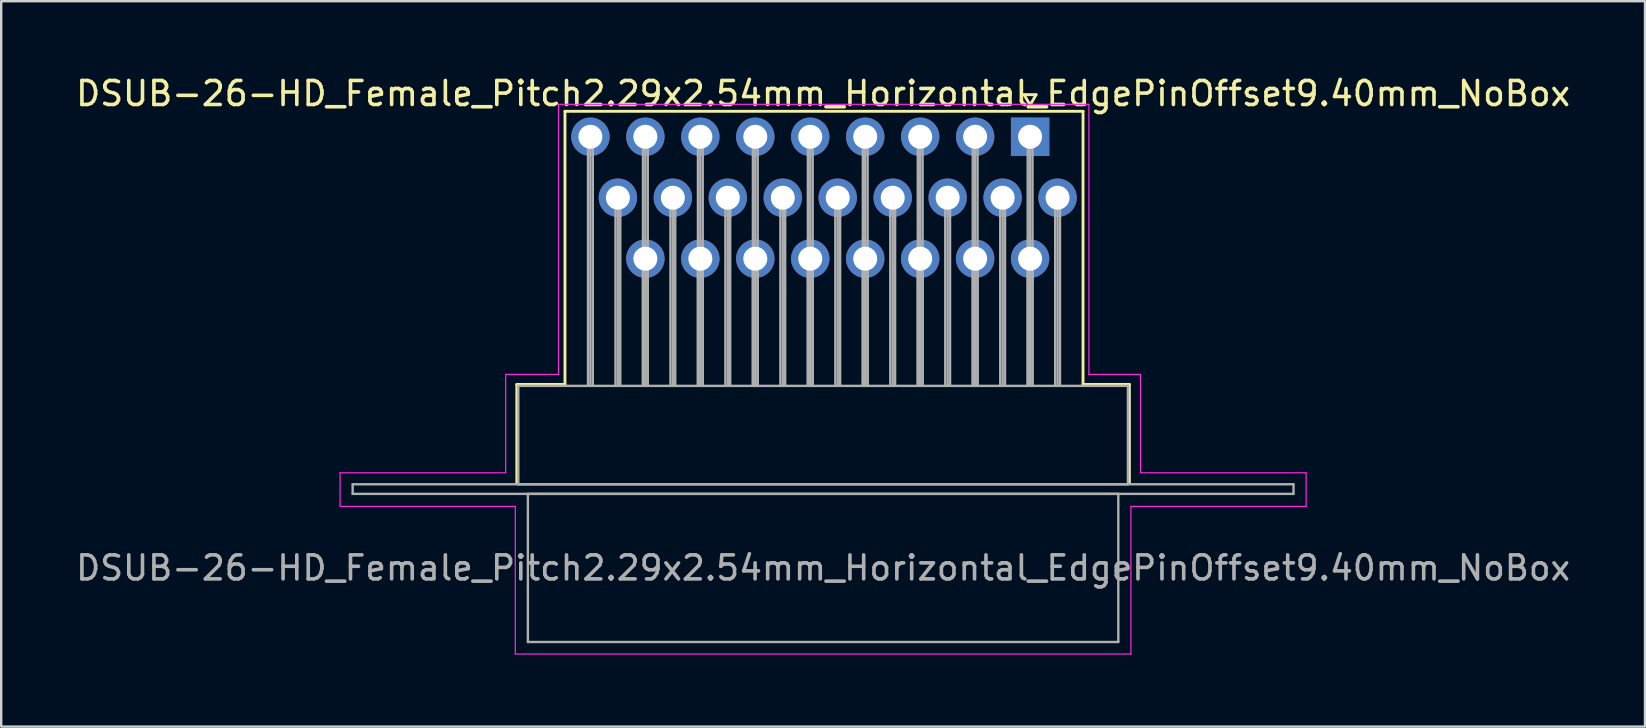
<source format=kicad_pcb>
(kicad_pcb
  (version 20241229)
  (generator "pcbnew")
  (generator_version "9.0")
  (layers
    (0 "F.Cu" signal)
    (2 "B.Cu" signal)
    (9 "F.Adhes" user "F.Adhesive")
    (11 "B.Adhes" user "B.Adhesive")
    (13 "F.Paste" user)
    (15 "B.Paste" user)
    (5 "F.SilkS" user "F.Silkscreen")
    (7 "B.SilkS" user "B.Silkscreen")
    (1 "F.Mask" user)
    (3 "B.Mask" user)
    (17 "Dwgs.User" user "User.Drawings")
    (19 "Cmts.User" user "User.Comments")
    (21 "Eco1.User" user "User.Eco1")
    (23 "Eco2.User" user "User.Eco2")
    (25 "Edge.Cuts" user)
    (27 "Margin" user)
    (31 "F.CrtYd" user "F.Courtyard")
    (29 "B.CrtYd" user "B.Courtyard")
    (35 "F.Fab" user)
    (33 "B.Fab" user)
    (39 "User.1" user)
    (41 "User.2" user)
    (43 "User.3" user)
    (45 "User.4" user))
  (footprint "DSUB-26-HD_Female_Pitch2.29x2.54mm_Horizontal_EdgePinOffset9.40mm_NoBox"
    (layer "F.Cu")
    (at 39.869 2.648)
    (property "Reference" "DSUB-26-HD_Female_Pitch2.29x2.54mm_Horizontal_EdgePinOffset9.40mm_NoBox" (at -8.625 -1.8 0) (layer "F.SilkS") (effects (font (size 1 1) (thickness 0.15))))
    (attr through_hole)
    (fp_line (start -21.385 10.32) (end -19.38 10.32) (stroke (width 0.12) (type solid)) (layer "F.SilkS"))
    (fp_line (start -21.385 14.42) (end -21.385 10.32) (stroke (width 0.12) (type solid)) (layer "F.SilkS"))
    (fp_line (start -19.38 -1.06) (end 2.205 -1.06) (stroke (width 0.12) (type solid)) (layer "F.SilkS"))
    (fp_line (start -19.38 10.32) (end -19.38 -1.06) (stroke (width 0.12) (type solid)) (layer "F.SilkS"))
    (fp_line (start -0.25 -1.754) (end 0.25 -1.754) (stroke (width 0.12) (type solid)) (layer "F.SilkS"))
    (fp_line (start 0 -1.321) (end -0.25 -1.754) (stroke (width 0.12) (type solid)) (layer "F.SilkS"))
    (fp_line (start 0.25 -1.754) (end 0 -1.321) (stroke (width 0.12) (type solid)) (layer "F.SilkS"))
    (fp_line (start 2.205 -1.06) (end 2.205 10.32) (stroke (width 0.12) (type solid)) (layer "F.SilkS"))
    (fp_line (start 2.205 10.32) (end 4.135 10.32) (stroke (width 0.12) (type solid)) (layer "F.SilkS"))
    (fp_line (start 4.135 10.32) (end 4.135 14.42) (stroke (width 0.12) (type solid)) (layer "F.SilkS"))
    (fp_line (start -28.75 14) (end -21.85 14) (stroke (width 0.05) (type solid)) (layer "F.CrtYd"))
    (fp_line (start -28.75 15.4) (end -28.75 14) (stroke (width 0.05) (type solid)) (layer "F.CrtYd"))
    (fp_line (start -21.85 9.9) (end -19.65 9.9) (stroke (width 0.05) (type solid)) (layer "F.CrtYd"))
    (fp_line (start -21.85 14) (end -21.85 9.9) (stroke (width 0.05) (type solid)) (layer "F.CrtYd"))
    (fp_line (start -21.45 15.4) (end -28.75 15.4) (stroke (width 0.05) (type solid)) (layer "F.CrtYd"))
    (fp_line (start -21.45 21.55) (end -21.45 15.4) (stroke (width 0.05) (type solid)) (layer "F.CrtYd"))
    (fp_line (start -19.65 -1.35) (end 2.45 -1.35) (stroke (width 0.05) (type solid)) (layer "F.CrtYd"))
    (fp_line (start -19.65 9.9) (end -19.65 -1.35) (stroke (width 0.05) (type solid)) (layer "F.CrtYd"))
    (fp_line (start 2.45 -1.35) (end 2.45 9.9) (stroke (width 0.05) (type solid)) (layer "F.CrtYd"))
    (fp_line (start 2.45 9.9) (end 4.6 9.9) (stroke (width 0.05) (type solid)) (layer "F.CrtYd"))
    (fp_line (start 4.2 15.4) (end 4.2 21.55) (stroke (width 0.05) (type solid)) (layer "F.CrtYd"))
    (fp_line (start 4.2 21.55) (end -21.45 21.55) (stroke (width 0.05) (type solid)) (layer "F.CrtYd"))
    (fp_line (start 4.6 9.9) (end 4.6 14) (stroke (width 0.05) (type solid)) (layer "F.CrtYd"))
    (fp_line (start 4.6 14) (end 11.5 14) (stroke (width 0.05) (type solid)) (layer "F.CrtYd"))
    (fp_line (start 11.5 14) (end 11.5 15.4) (stroke (width 0.05) (type solid)) (layer "F.CrtYd"))
    (fp_line (start 11.5 15.4) (end 4.2 15.4) (stroke (width 0.05) (type solid)) (layer "F.CrtYd"))
    (fp_line (start -28.225 14.48) (end -28.225 14.88) (stroke (width 0.1) (type solid)) (layer "F.Fab"))
    (fp_line (start -28.225 14.88) (end 10.975 14.88) (stroke (width 0.1) (type solid)) (layer "F.Fab"))
    (fp_line (start -21.325 10.38) (end -21.325 14.48) (stroke (width 0.1) (type solid)) (layer "F.Fab"))
    (fp_line (start -21.325 14.48) (end 4.075 14.48) (stroke (width 0.1) (type solid)) (layer "F.Fab"))
    (fp_line (start -20.925 14.88) (end -20.925 21.05) (stroke (width 0.1) (type solid)) (layer "F.Fab"))
    (fp_line (start -20.925 21.05) (end 3.675 21.05) (stroke (width 0.1) (type solid)) (layer "F.Fab"))
    (fp_line (start -18.42 0) (end -18.42 10.38) (stroke (width 0.1) (type solid)) (layer "F.Fab"))
    (fp_line (start -18.32 0) (end -18.32 10.38) (stroke (width 0.1) (type solid)) (layer "F.Fab"))
    (fp_line (start -18.22 0) (end -18.22 10.38) (stroke (width 0.1) (type solid)) (layer "F.Fab"))
    (fp_line (start -17.275 2.54) (end -17.275 10.38) (stroke (width 0.1) (type solid)) (layer "F.Fab"))
    (fp_line (start -17.175 2.54) (end -17.175 10.38) (stroke (width 0.1) (type solid)) (layer "F.Fab"))
    (fp_line (start -17.075 2.54) (end -17.075 10.38) (stroke (width 0.1) (type solid)) (layer "F.Fab"))
    (fp_line (start -16.13 0) (end -16.13 10.38) (stroke (width 0.1) (type solid)) (layer "F.Fab"))
    (fp_line (start -16.13 5.08) (end -16.13 10.38) (stroke (width 0.1) (type solid)) (layer "F.Fab"))
    (fp_line (start -16.03 0) (end -16.03 10.38) (stroke (width 0.1) (type solid)) (layer "F.Fab"))
    (fp_line (start -16.03 5.08) (end -16.03 10.38) (stroke (width 0.1) (type solid)) (layer "F.Fab"))
    (fp_line (start -15.93 0) (end -15.93 10.38) (stroke (width 0.1) (type solid)) (layer "F.Fab"))
    (fp_line (start -15.93 5.08) (end -15.93 10.38) (stroke (width 0.1) (type solid)) (layer "F.Fab"))
    (fp_line (start -14.985 2.54) (end -14.985 10.38) (stroke (width 0.1) (type solid)) (layer "F.Fab"))
    (fp_line (start -14.885 2.54) (end -14.885 10.38) (stroke (width 0.1) (type solid)) (layer "F.Fab"))
    (fp_line (start -14.785 2.54) (end -14.785 10.38) (stroke (width 0.1) (type solid)) (layer "F.Fab"))
    (fp_line (start -13.84 0) (end -13.84 10.38) (stroke (width 0.1) (type solid)) (layer "F.Fab"))
    (fp_line (start -13.84 5.08) (end -13.84 10.38) (stroke (width 0.1) (type solid)) (layer "F.Fab"))
    (fp_line (start -13.74 0) (end -13.74 10.38) (stroke (width 0.1) (type solid)) (layer "F.Fab"))
    (fp_line (start -13.74 5.08) (end -13.74 10.38) (stroke (width 0.1) (type solid)) (layer "F.Fab"))
    (fp_line (start -13.64 0) (end -13.64 10.38) (stroke (width 0.1) (type solid)) (layer "F.Fab"))
    (fp_line (start -13.64 5.08) (end -13.64 10.38) (stroke (width 0.1) (type solid)) (layer "F.Fab"))
    (fp_line (start -12.695 2.54) (end -12.695 10.38) (stroke (width 0.1) (type solid)) (layer "F.Fab"))
    (fp_line (start -12.595 2.54) (end -12.595 10.38) (stroke (width 0.1) (type solid)) (layer "F.Fab"))
    (fp_line (start -12.495 2.54) (end -12.495 10.38) (stroke (width 0.1) (type solid)) (layer "F.Fab"))
    (fp_line (start -11.55 0) (end -11.55 10.38) (stroke (width 0.1) (type solid)) (layer "F.Fab"))
    (fp_line (start -11.55 5.08) (end -11.55 10.38) (stroke (width 0.1) (type solid)) (layer "F.Fab"))
    (fp_line (start -11.45 0) (end -11.45 10.38) (stroke (width 0.1) (type solid)) (layer "F.Fab"))
    (fp_line (start -11.45 5.08) (end -11.45 10.38) (stroke (width 0.1) (type solid)) (layer "F.Fab"))
    (fp_line (start -11.35 0) (end -11.35 10.38) (stroke (width 0.1) (type solid)) (layer "F.Fab"))
    (fp_line (start -11.35 5.08) (end -11.35 10.38) (stroke (width 0.1) (type solid)) (layer "F.Fab"))
    (fp_line (start -10.405 2.54) (end -10.405 10.38) (stroke (width 0.1) (type solid)) (layer "F.Fab"))
    (fp_line (start -10.305 2.54) (end -10.305 10.38) (stroke (width 0.1) (type solid)) (layer "F.Fab"))
    (fp_line (start -10.205 2.54) (end -10.205 10.38) (stroke (width 0.1) (type solid)) (layer "F.Fab"))
    (fp_line (start -9.26 0) (end -9.26 10.38) (stroke (width 0.1) (type solid)) (layer "F.Fab"))
    (fp_line (start -9.26 5.08) (end -9.26 10.38) (stroke (width 0.1) (type solid)) (layer "F.Fab"))
    (fp_line (start -9.16 0) (end -9.16 10.38) (stroke (width 0.1) (type solid)) (layer "F.Fab"))
    (fp_line (start -9.16 5.08) (end -9.16 10.38) (stroke (width 0.1) (type solid)) (layer "F.Fab"))
    (fp_line (start -9.06 0) (end -9.06 10.38) (stroke (width 0.1) (type solid)) (layer "F.Fab"))
    (fp_line (start -9.06 5.08) (end -9.06 10.38) (stroke (width 0.1) (type solid)) (layer "F.Fab"))
    (fp_line (start -8.115 2.54) (end -8.115 10.38) (stroke (width 0.1) (type solid)) (layer "F.Fab"))
    (fp_line (start -8.015 2.54) (end -8.015 10.38) (stroke (width 0.1) (type solid)) (layer "F.Fab"))
    (fp_line (start -7.915 2.54) (end -7.915 10.38) (stroke (width 0.1) (type solid)) (layer "F.Fab"))
    (fp_line (start -6.97 0) (end -6.97 10.38) (stroke (width 0.1) (type solid)) (layer "F.Fab"))
    (fp_line (start -6.97 5.08) (end -6.97 10.38) (stroke (width 0.1) (type solid)) (layer "F.Fab"))
    (fp_line (start -6.87 0) (end -6.87 10.38) (stroke (width 0.1) (type solid)) (layer "F.Fab"))
    (fp_line (start -6.87 5.08) (end -6.87 10.38) (stroke (width 0.1) (type solid)) (layer "F.Fab"))
    (fp_line (start -6.77 0) (end -6.77 10.38) (stroke (width 0.1) (type solid)) (layer "F.Fab"))
    (fp_line (start -6.77 5.08) (end -6.77 10.38) (stroke (width 0.1) (type solid)) (layer "F.Fab"))
    (fp_line (start -5.825 2.54) (end -5.825 10.38) (stroke (width 0.1) (type solid)) (layer "F.Fab"))
    (fp_line (start -5.725 2.54) (end -5.725 10.38) (stroke (width 0.1) (type solid)) (layer "F.Fab"))
    (fp_line (start -5.625 2.54) (end -5.625 10.38) (stroke (width 0.1) (type solid)) (layer "F.Fab"))
    (fp_line (start -4.68 0) (end -4.68 10.38) (stroke (width 0.1) (type solid)) (layer "F.Fab"))
    (fp_line (start -4.68 5.08) (end -4.68 10.38) (stroke (width 0.1) (type solid)) (layer "F.Fab"))
    (fp_line (start -4.58 0) (end -4.58 10.38) (stroke (width 0.1) (type solid)) (layer "F.Fab"))
    (fp_line (start -4.58 5.08) (end -4.58 10.38) (stroke (width 0.1) (type solid)) (layer "F.Fab"))
    (fp_line (start -4.48 0) (end -4.48 10.38) (stroke (width 0.1) (type solid)) (layer "F.Fab"))
    (fp_line (start -4.48 5.08) (end -4.48 10.38) (stroke (width 0.1) (type solid)) (layer "F.Fab"))
    (fp_line (start -3.535 2.54) (end -3.535 10.38) (stroke (width 0.1) (type solid)) (layer "F.Fab"))
    (fp_line (start -3.435 2.54) (end -3.435 10.38) (stroke (width 0.1) (type solid)) (layer "F.Fab"))
    (fp_line (start -3.335 2.54) (end -3.335 10.38) (stroke (width 0.1) (type solid)) (layer "F.Fab"))
    (fp_line (start -2.39 0) (end -2.39 10.38) (stroke (width 0.1) (type solid)) (layer "F.Fab"))
    (fp_line (start -2.39 5.08) (end -2.39 10.38) (stroke (width 0.1) (type solid)) (layer "F.Fab"))
    (fp_line (start -2.29 0) (end -2.29 10.38) (stroke (width 0.1) (type solid)) (layer "F.Fab"))
    (fp_line (start -2.29 5.08) (end -2.29 10.38) (stroke (width 0.1) (type solid)) (layer "F.Fab"))
    (fp_line (start -2.19 0) (end -2.19 10.38) (stroke (width 0.1) (type solid)) (layer "F.Fab"))
    (fp_line (start -2.19 5.08) (end -2.19 10.38) (stroke (width 0.1) (type solid)) (layer "F.Fab"))
    (fp_line (start -1.245 2.54) (end -1.245 10.38) (stroke (width 0.1) (type solid)) (layer "F.Fab"))
    (fp_line (start -1.145 2.54) (end -1.145 10.38) (stroke (width 0.1) (type solid)) (layer "F.Fab"))
    (fp_line (start -1.045 2.54) (end -1.045 10.38) (stroke (width 0.1) (type solid)) (layer "F.Fab"))
    (fp_line (start -0.1 0) (end -0.1 10.38) (stroke (width 0.1) (type solid)) (layer "F.Fab"))
    (fp_line (start -0.1 5.08) (end -0.1 10.38) (stroke (width 0.1) (type solid)) (layer "F.Fab"))
    (fp_line (start 0 0) (end 0 10.38) (stroke (width 0.1) (type solid)) (layer "F.Fab"))
    (fp_line (start 0 5.08) (end 0 10.38) (stroke (width 0.1) (type solid)) (layer "F.Fab"))
    (fp_line (start 0.1 0) (end 0.1 10.38) (stroke (width 0.1) (type solid)) (layer "F.Fab"))
    (fp_line (start 0.1 5.08) (end 0.1 10.38) (stroke (width 0.1) (type solid)) (layer "F.Fab"))
    (fp_line (start 1.045 2.54) (end 1.045 10.38) (stroke (width 0.1) (type solid)) (layer "F.Fab"))
    (fp_line (start 1.145 2.54) (end 1.145 10.38) (stroke (width 0.1) (type solid)) (layer "F.Fab"))
    (fp_line (start 1.245 2.54) (end 1.245 10.38) (stroke (width 0.1) (type solid)) (layer "F.Fab"))
    (fp_line (start 3.675 14.88) (end -20.925 14.88) (stroke (width 0.1) (type solid)) (layer "F.Fab"))
    (fp_line (start 3.675 21.05) (end 3.675 14.88) (stroke (width 0.1) (type solid)) (layer "F.Fab"))
    (fp_line (start 4.075 10.38) (end -21.325 10.38) (stroke (width 0.1) (type solid)) (layer "F.Fab"))
    (fp_line (start 4.075 14.48) (end 4.075 10.38) (stroke (width 0.1) (type solid)) (layer "F.Fab"))
    (fp_line (start 10.975 14.48) (end -28.225 14.48) (stroke (width 0.1) (type solid)) (layer "F.Fab"))
    (fp_line (start 10.975 14.88) (end 10.975 14.48) (stroke (width 0.1) (type solid)) (layer "F.Fab"))
    (fp_text user "${REFERENCE}" (at -8.625 17.965 0) (layer "F.Fab") (effects (font (size 1 1) (thickness 0.15))))
    (pad "1" thru_hole rect (at 0 0) (size 1.6 1.6) (drill 1) (layers "*.Cu" "*.Mask"))
    (pad "2" thru_hole circle (at -2.29 0) (size 1.6 1.6) (drill 1) (layers "*.Cu" "*.Mask"))
    (pad "3" thru_hole circle (at -4.58 0) (size 1.6 1.6) (drill 1) (layers "*.Cu" "*.Mask"))
    (pad "4" thru_hole circle (at -6.87 0) (size 1.6 1.6) (drill 1) (layers "*.Cu" "*.Mask"))
    (pad "5" thru_hole circle (at -9.16 0) (size 1.6 1.6) (drill 1) (layers "*.Cu" "*.Mask"))
    (pad "6" thru_hole circle (at -11.45 0) (size 1.6 1.6) (drill 1) (layers "*.Cu" "*.Mask"))
    (pad "7" thru_hole circle (at -13.74 0) (size 1.6 1.6) (drill 1) (layers "*.Cu" "*.Mask"))
    (pad "8" thru_hole circle (at -16.03 0) (size 1.6 1.6) (drill 1) (layers "*.Cu" "*.Mask"))
    (pad "9" thru_hole circle (at -18.32 0) (size 1.6 1.6) (drill 1) (layers "*.Cu" "*.Mask"))
    (pad "10" thru_hole circle (at 1.145 2.54) (size 1.6 1.6) (drill 1) (layers "*.Cu" "*.Mask"))
    (pad "11" thru_hole circle (at -1.145 2.54) (size 1.6 1.6) (drill 1) (layers "*.Cu" "*.Mask"))
    (pad "12" thru_hole circle (at -3.435 2.54) (size 1.6 1.6) (drill 1) (layers "*.Cu" "*.Mask"))
    (pad "13" thru_hole circle (at -5.725 2.54) (size 1.6 1.6) (drill 1) (layers "*.Cu" "*.Mask"))
    (pad "14" thru_hole circle (at -8.015 2.54) (size 1.6 1.6) (drill 1) (layers "*.Cu" "*.Mask"))
    (pad "15" thru_hole circle (at -10.305 2.54) (size 1.6 1.6) (drill 1) (layers "*.Cu" "*.Mask"))
    (pad "16" thru_hole circle (at -12.595 2.54) (size 1.6 1.6) (drill 1) (layers "*.Cu" "*.Mask"))
    (pad "17" thru_hole circle (at -14.885 2.54) (size 1.6 1.6) (drill 1) (layers "*.Cu" "*.Mask"))
    (pad "18" thru_hole circle (at -17.175 2.54) (size 1.6 1.6) (drill 1) (layers "*.Cu" "*.Mask"))
    (pad "19" thru_hole circle (at 0 5.08) (size 1.6 1.6) (drill 1) (layers "*.Cu" "*.Mask"))
    (pad "20" thru_hole circle (at -2.29 5.08) (size 1.6 1.6) (drill 1) (layers "*.Cu" "*.Mask"))
    (pad "21" thru_hole circle (at -4.58 5.08) (size 1.6 1.6) (drill 1) (layers "*.Cu" "*.Mask"))
    (pad "22" thru_hole circle (at -6.87 5.08) (size 1.6 1.6) (drill 1) (layers "*.Cu" "*.Mask"))
    (pad "23" thru_hole circle (at -9.16 5.08) (size 1.6 1.6) (drill 1) (layers "*.Cu" "*.Mask"))
    (pad "24" thru_hole circle (at -11.45 5.08) (size 1.6 1.6) (drill 1) (layers "*.Cu" "*.Mask"))
    (pad "25" thru_hole circle (at -13.74 5.08) (size 1.6 1.6) (drill 1) (layers "*.Cu" "*.Mask"))
    (pad "26" thru_hole circle (at -16.03 5.08) (size 1.6 1.6) (drill 1) (layers "*.Cu" "*.Mask")))
  (gr_rect
    (start -3 -3)
    (end 65.488 27.223)
    (stroke (width 0.1) (type default))
    (fill no)
    (layer "Edge.Cuts")))
</source>
